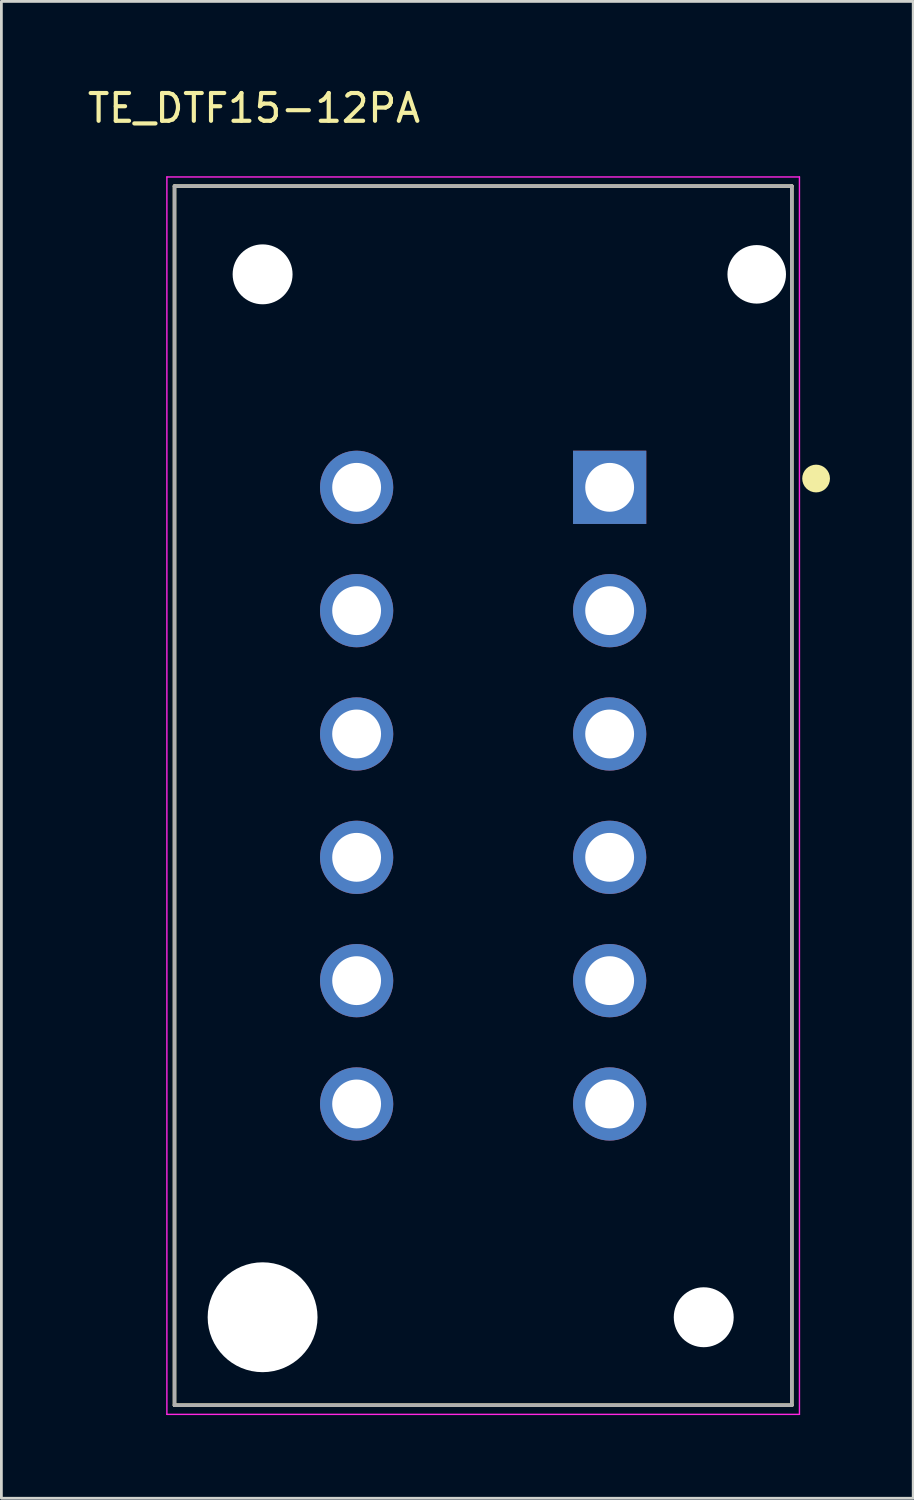
<source format=kicad_pcb>
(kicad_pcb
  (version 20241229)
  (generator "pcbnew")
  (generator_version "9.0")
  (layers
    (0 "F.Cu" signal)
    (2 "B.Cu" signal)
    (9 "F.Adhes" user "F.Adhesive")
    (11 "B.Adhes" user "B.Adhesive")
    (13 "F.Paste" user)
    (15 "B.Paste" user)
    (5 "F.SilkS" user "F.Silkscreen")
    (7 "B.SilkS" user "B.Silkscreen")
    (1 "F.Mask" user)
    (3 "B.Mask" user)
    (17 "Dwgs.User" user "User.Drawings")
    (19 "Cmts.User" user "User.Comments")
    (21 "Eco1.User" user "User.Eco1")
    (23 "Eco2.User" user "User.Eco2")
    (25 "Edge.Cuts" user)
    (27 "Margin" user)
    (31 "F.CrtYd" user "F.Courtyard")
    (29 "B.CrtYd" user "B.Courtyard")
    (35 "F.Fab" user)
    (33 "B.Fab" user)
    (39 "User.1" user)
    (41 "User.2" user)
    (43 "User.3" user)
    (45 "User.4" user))
  (footprint "TE_DTF15-12PA"
    (layer "F.Cu")
    (at 14.365 25.628)
    (property "Reference" "TE_DTF15-12PA" (at -8.26 -24.78 0) (layer "F.SilkS") (effects (font (size 1.001 1.001) (thickness 0.15))))
    (attr through_hole)
    (fp_line (start -11.125 -21.97) (end 11.125 -21.97) (stroke (width 0.127) (type solid)) (layer "F.SilkS"))
    (fp_line (start -11.125 21.97) (end -11.125 -21.97) (stroke (width 0.127) (type solid)) (layer "F.SilkS"))
    (fp_line (start 11.125 -21.97) (end 11.125 21.97) (stroke (width 0.127) (type solid)) (layer "F.SilkS"))
    (fp_line (start 11.125 21.97) (end -11.125 21.97) (stroke (width 0.127) (type solid)) (layer "F.SilkS"))
    (fp_circle (center 12 -11.43) (end 12.25 -11.43) (stroke (width 0.5) (type solid)) (fill no) (layer "F.SilkS"))
    (fp_line (start -11.4 -22.3) (end 11.4 -22.3) (stroke (width 0.05) (type solid)) (layer "F.CrtYd"))
    (fp_line (start -11.4 22.3) (end -11.4 -22.3) (stroke (width 0.05) (type solid)) (layer "F.CrtYd"))
    (fp_line (start 11.4 -22.3) (end 11.4 22.3) (stroke (width 0.05) (type solid)) (layer "F.CrtYd"))
    (fp_line (start 11.4 22.3) (end -11.4 22.3) (stroke (width 0.05) (type solid)) (layer "F.CrtYd"))
    (fp_line (start -11.125 -21.97) (end 11.125 -21.97) (stroke (width 0.127) (type solid)) (layer "F.Fab"))
    (fp_line (start -11.125 21.97) (end -11.125 -21.97) (stroke (width 0.127) (type solid)) (layer "F.Fab"))
    (fp_line (start 11.125 -21.97) (end 11.125 21.97) (stroke (width 0.127) (type solid)) (layer "F.Fab"))
    (fp_line (start 11.125 21.97) (end -11.125 21.97) (stroke (width 0.127) (type solid)) (layer "F.Fab"))
    (pad "" np_thru_hole circle (at -7.95 -18.79) (size 2.16 2.16) (drill 2.16) (layers "*.Cu" "*.Mask"))
    (pad "" np_thru_hole circle (at -7.95 18.8) (size 3.96 3.96) (drill 3.96) (layers "*.Cu" "*.Mask"))
    (pad "" np_thru_hole circle (at 7.95 18.8) (size 2.16 2.16) (drill 2.16) (layers "*.Cu" "*.Mask"))
    (pad "" np_thru_hole circle (at 9.86 -18.79) (size 2.11 2.11) (drill 2.11) (layers "*.Cu" "*.Mask"))
    (pad "1" thru_hole rect (at 4.559 -11.113) (size 2.64 2.64) (drill 1.76) (layers "*.Cu" "*.Mask"))
    (pad "2" thru_hole circle (at 4.559 -6.668) (size 2.64 2.64) (drill 1.76) (layers "*.Cu" "*.Mask"))
    (pad "3" thru_hole circle (at 4.559 -2.223) (size 2.64 2.64) (drill 1.76) (layers "*.Cu" "*.Mask"))
    (pad "4" thru_hole circle (at 4.559 2.223) (size 2.64 2.64) (drill 1.76) (layers "*.Cu" "*.Mask"))
    (pad "5" thru_hole circle (at 4.559 6.668) (size 2.64 2.64) (drill 1.76) (layers "*.Cu" "*.Mask"))
    (pad "6" thru_hole circle (at 4.559 11.113) (size 2.64 2.64) (drill 1.76) (layers "*.Cu" "*.Mask"))
    (pad "7" thru_hole circle (at -4.561 11.113) (size 2.64 2.64) (drill 1.76) (layers "*.Cu" "*.Mask"))
    (pad "8" thru_hole circle (at -4.561 6.668) (size 2.64 2.64) (drill 1.76) (layers "*.Cu" "*.Mask"))
    (pad "9" thru_hole circle (at -4.561 2.223) (size 2.64 2.64) (drill 1.76) (layers "*.Cu" "*.Mask"))
    (pad "10" thru_hole circle (at -4.561 -2.223) (size 2.64 2.64) (drill 1.76) (layers "*.Cu" "*.Mask"))
    (pad "11" thru_hole circle (at -4.561 -6.668) (size 2.64 2.64) (drill 1.76) (layers "*.Cu" "*.Mask"))
    (pad "12" thru_hole circle (at -4.561 -11.113) (size 2.64 2.64) (drill 1.76) (layers "*.Cu" "*.Mask")))
  (gr_rect
    (start -3 -3)
    (end 29.865 50.953)
    (stroke (width 0.1) (type default))
    (fill no)
    (layer "Edge.Cuts")))
</source>
